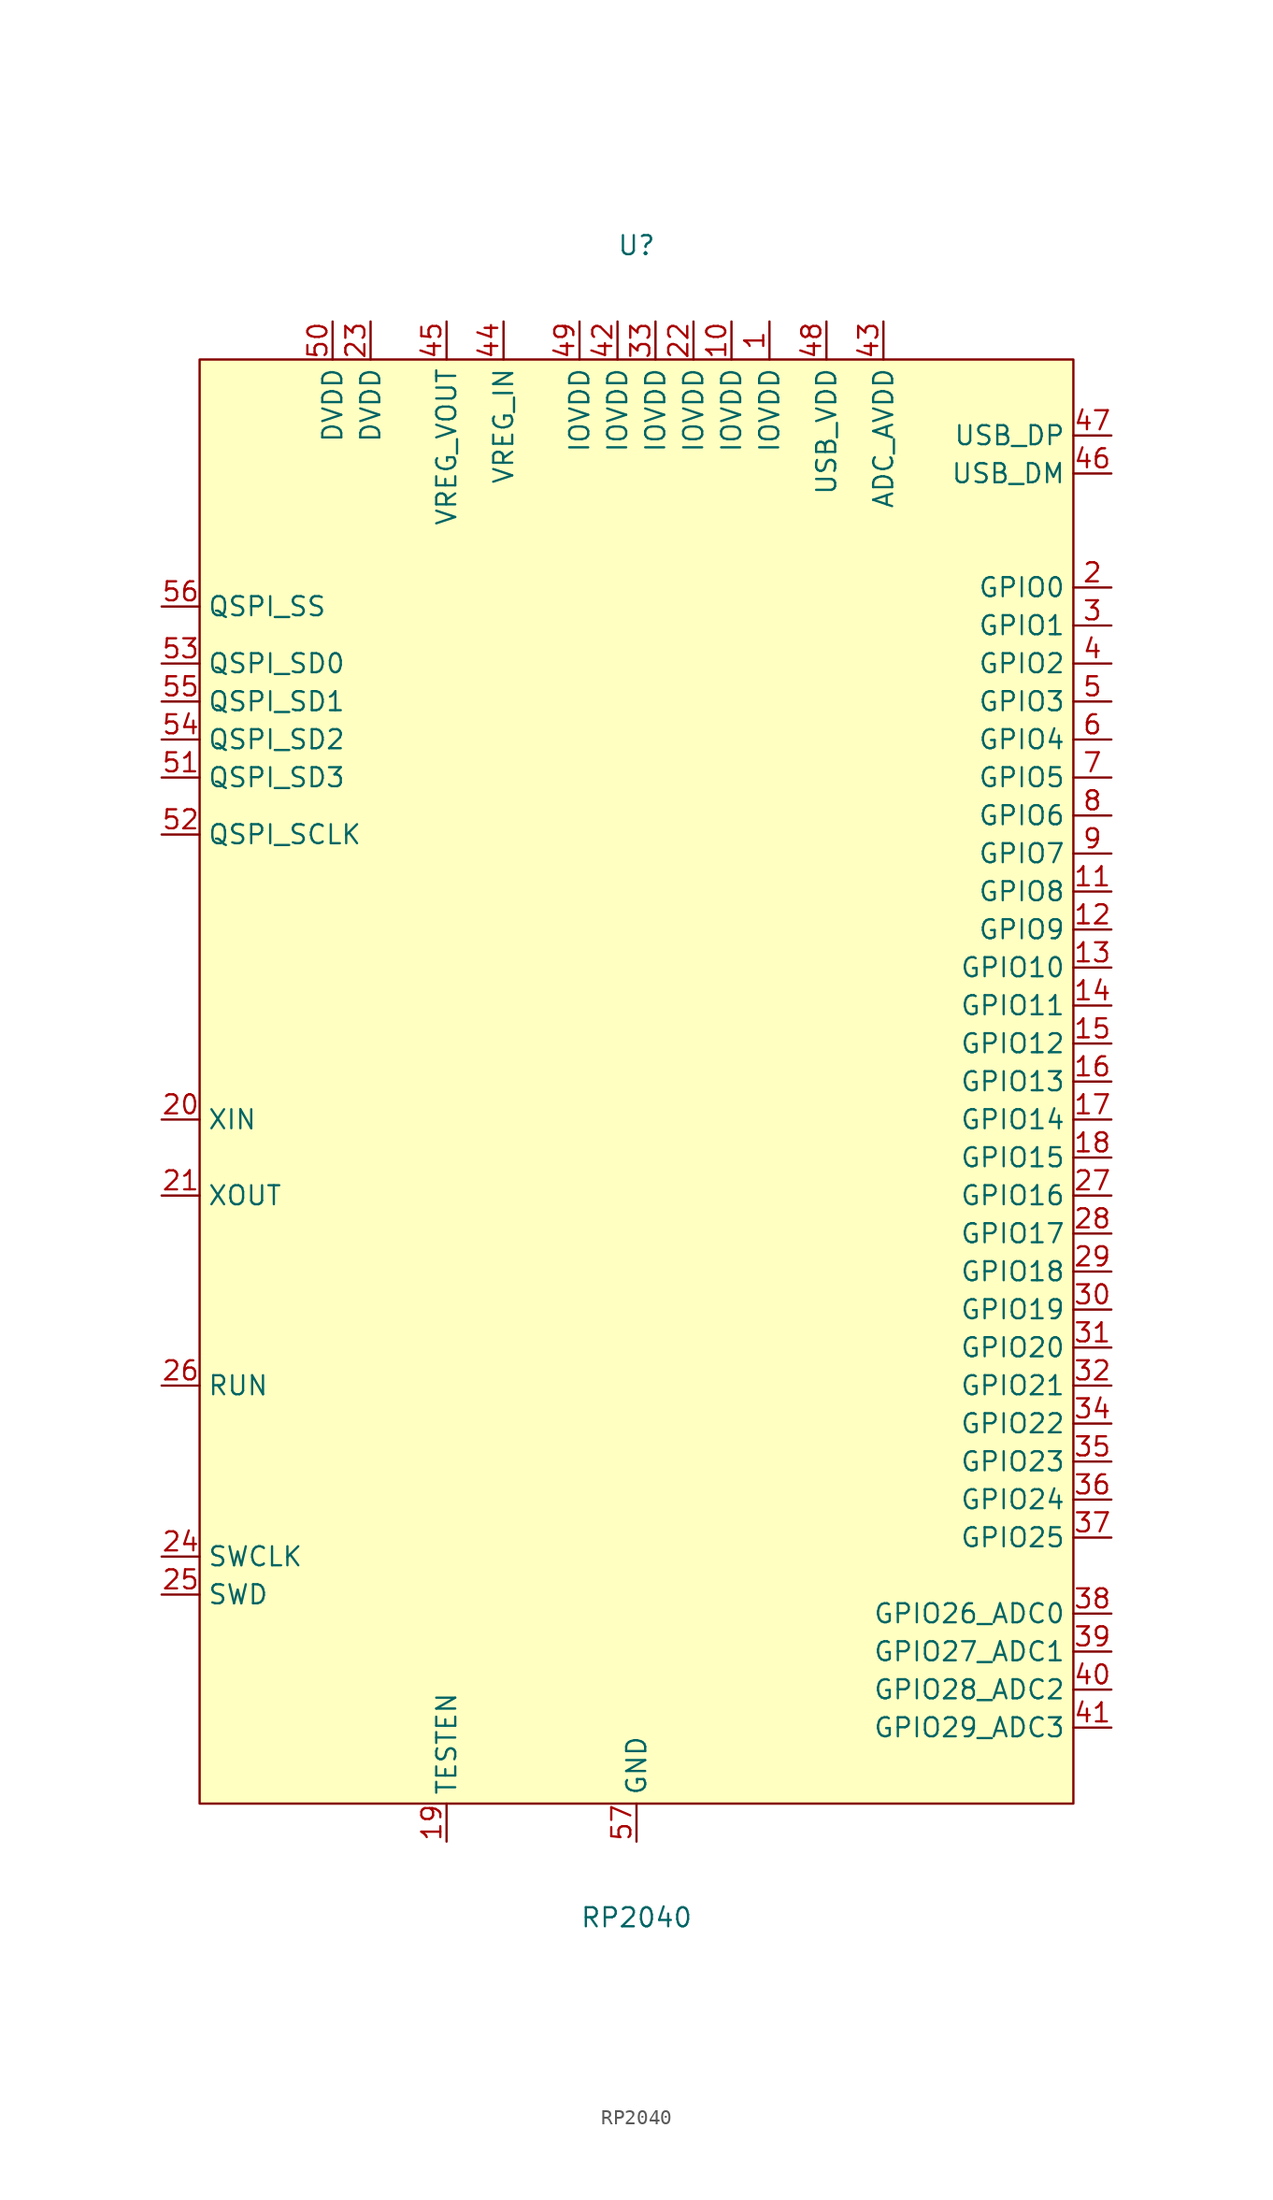
<source format=kicad_sym>
(kicad_symbol_lib
  (version 20220914)
  (generator kicad_symbol_editor)
  (symbol "RP2040"
    (property "Reference" "U"
      (at 0 58.42 0)
      (effects (font (size 1.27 1.27))))
    (property "Value" "RP2040"
      (at 0 -53.34 0)
      (effects (font (size 1.27 1.27))))
    (symbol "RP2040_0_1"
      (rectangle (start -29.21 50.8) (end 29.21 -45.72) (stroke (width 0) (type default)) (fill (type background)))
      (pin bidirectional line (at 31.75 15.24 180) (length 2.54) (name "GPIO8" (effects (font (size 1.27 1.27)))) (number "11" (effects (font (size 1.27 1.27)))))
      (pin bidirectional line (at 31.75 12.7 180) (length 2.54) (name "GPIO9" (effects (font (size 1.27 1.27)))) (number "12" (effects (font (size 1.27 1.27)))))
      (pin bidirectional line (at 31.75 10.16 180) (length 2.54) (name "GPIO10" (effects (font (size 1.27 1.27)))) (number "13" (effects (font (size 1.27 1.27)))))
      (pin bidirectional line (at 31.75 7.62 180) (length 2.54) (name "GPIO11" (effects (font (size 1.27 1.27)))) (number "14" (effects (font (size 1.27 1.27)))))
      (pin bidirectional line (at 31.75 5.08 180) (length 2.54) (name "GPIO12" (effects (font (size 1.27 1.27)))) (number "15" (effects (font (size 1.27 1.27)))))
      (pin bidirectional line (at 31.75 2.54 180) (length 2.54) (name "GPIO13" (effects (font (size 1.27 1.27)))) (number "16" (effects (font (size 1.27 1.27)))))
      (pin bidirectional line (at 31.75 0 180) (length 2.54) (name "GPIO14" (effects (font (size 1.27 1.27)))) (number "17" (effects (font (size 1.27 1.27)))))
      (pin bidirectional line (at 31.75 -2.54 180) (length 2.54) (name "GPIO15" (effects (font (size 1.27 1.27)))) (number "18" (effects (font (size 1.27 1.27)))))
      (pin bidirectional line (at 31.75 35.56 180) (length 2.54) (name "GPIO0" (effects (font (size 1.27 1.27)))) (number "2" (effects (font (size 1.27 1.27)))))
      (pin input line (at -31.75 0 0) (length 2.54) (name "XIN" (effects (font (size 1.27 1.27)))) (number "20" (effects (font (size 1.27 1.27)))))
      (pin unspecified line (at -31.75 -5.08 0) (length 2.54) (name "XOUT" (effects (font (size 1.27 1.27)))) (number "21" (effects (font (size 1.27 1.27)))))
      (pin output line (at -31.75 -29.21 0) (length 2.54) (name "SWCLK" (effects (font (size 1.27 1.27)))) (number "24" (effects (font (size 1.27 1.27)))))
      (pin bidirectional line (at -31.75 -31.75 0) (length 2.54) (name "SWD" (effects (font (size 1.27 1.27)))) (number "25" (effects (font (size 1.27 1.27)))))
      (pin input line (at -31.75 -17.78 0) (length 2.54) (name "RUN" (effects (font (size 1.27 1.27)))) (number "26" (effects (font (size 1.27 1.27)))))
      (pin bidirectional line (at 31.75 -5.08 180) (length 2.54) (name "GPIO16" (effects (font (size 1.27 1.27)))) (number "27" (effects (font (size 1.27 1.27)))))
      (pin bidirectional line (at 31.75 -7.62 180) (length 2.54) (name "GPIO17" (effects (font (size 1.27 1.27)))) (number "28" (effects (font (size 1.27 1.27)))))
      (pin bidirectional line (at 31.75 -10.16 180) (length 2.54) (name "GPIO18" (effects (font (size 1.27 1.27)))) (number "29" (effects (font (size 1.27 1.27)))))
      (pin bidirectional line (at 31.75 33.02 180) (length 2.54) (name "GPIO1" (effects (font (size 1.27 1.27)))) (number "3" (effects (font (size 1.27 1.27)))))
      (pin bidirectional line (at 31.75 -12.7 180) (length 2.54) (name "GPIO19" (effects (font (size 1.27 1.27)))) (number "30" (effects (font (size 1.27 1.27)))))
      (pin bidirectional line (at 31.75 -15.24 180) (length 2.54) (name "GPIO20" (effects (font (size 1.27 1.27)))) (number "31" (effects (font (size 1.27 1.27)))))
      (pin bidirectional line (at 31.75 -17.78 180) (length 2.54) (name "GPIO21" (effects (font (size 1.27 1.27)))) (number "32" (effects (font (size 1.27 1.27)))))
      (pin bidirectional line (at 31.75 -20.32 180) (length 2.54) (name "GPIO22" (effects (font (size 1.27 1.27)))) (number "34" (effects (font (size 1.27 1.27)))))
      (pin bidirectional line (at 31.75 -22.86 180) (length 2.54) (name "GPIO23" (effects (font (size 1.27 1.27)))) (number "35" (effects (font (size 1.27 1.27)))))
      (pin bidirectional line (at 31.75 -25.4 180) (length 2.54) (name "GPIO24" (effects (font (size 1.27 1.27)))) (number "36" (effects (font (size 1.27 1.27)))))
      (pin bidirectional line (at 31.75 -27.94 180) (length 2.54) (name "GPIO25" (effects (font (size 1.27 1.27)))) (number "37" (effects (font (size 1.27 1.27)))))
      (pin bidirectional line (at 31.75 -33.02 180) (length 2.54) (name "GPIO26_ADC0" (effects (font (size 1.27 1.27)))) (number "38" (effects (font (size 1.27 1.27)))))
      (pin bidirectional line (at 31.75 -35.56 180) (length 2.54) (name "GPIO27_ADC1" (effects (font (size 1.27 1.27)))) (number "39" (effects (font (size 1.27 1.27)))))
      (pin bidirectional line (at 31.75 30.48 180) (length 2.54) (name "GPIO2" (effects (font (size 1.27 1.27)))) (number "4" (effects (font (size 1.27 1.27)))))
      (pin bidirectional line (at 31.75 -38.1 180) (length 2.54) (name "GPIO28_ADC2" (effects (font (size 1.27 1.27)))) (number "40" (effects (font (size 1.27 1.27)))))
      (pin bidirectional line (at 31.75 -40.64 180) (length 2.54) (name "GPIO29_ADC3" (effects (font (size 1.27 1.27)))) (number "41" (effects (font (size 1.27 1.27)))))
      (pin bidirectional line (at 31.75 43.18 180) (length 2.54) (name "USB_DM" (effects (font (size 1.27 1.27)))) (number "46" (effects (font (size 1.27 1.27)))))
      (pin bidirectional line (at 31.75 45.72 180) (length 2.54) (name "USB_DP" (effects (font (size 1.27 1.27)))) (number "47" (effects (font (size 1.27 1.27)))))
      (pin bidirectional line (at 31.75 27.94 180) (length 2.54) (name "GPIO3" (effects (font (size 1.27 1.27)))) (number "5" (effects (font (size 1.27 1.27)))))
      (pin bidirectional line (at -31.75 22.86 0) (length 2.54) (name "QSPI_SD3" (effects (font (size 1.27 1.27)))) (number "51" (effects (font (size 1.27 1.27)))))
      (pin output line (at -31.75 19.05 0) (length 2.54) (name "QSPI_SCLK" (effects (font (size 1.27 1.27)))) (number "52" (effects (font (size 1.27 1.27)))))
      (pin bidirectional line (at -31.75 30.48 0) (length 2.54) (name "QSPI_SD0" (effects (font (size 1.27 1.27)))) (number "53" (effects (font (size 1.27 1.27)))))
      (pin bidirectional line (at -31.75 25.4 0) (length 2.54) (name "QSPI_SD2" (effects (font (size 1.27 1.27)))) (number "54" (effects (font (size 1.27 1.27)))))
      (pin bidirectional line (at -31.75 27.94 0) (length 2.54) (name "QSPI_SD1" (effects (font (size 1.27 1.27)))) (number "55" (effects (font (size 1.27 1.27)))))
      (pin bidirectional line (at -31.75 34.29 0) (length 2.54) (name "QSPI_SS" (effects (font (size 1.27 1.27)))) (number "56" (effects (font (size 1.27 1.27)))))
      (pin bidirectional line (at 31.75 25.4 180) (length 2.54) (name "GPIO4" (effects (font (size 1.27 1.27)))) (number "6" (effects (font (size 1.27 1.27)))))
      (pin bidirectional line (at 31.75 22.86 180) (length 2.54) (name "GPIO5" (effects (font (size 1.27 1.27)))) (number "7" (effects (font (size 1.27 1.27)))))
      (pin bidirectional line (at 31.75 20.32 180) (length 2.54) (name "GPIO6" (effects (font (size 1.27 1.27)))) (number "8" (effects (font (size 1.27 1.27)))))
      (pin bidirectional line (at 31.75 17.78 180) (length 2.54) (name "GPIO7" (effects (font (size 1.27 1.27)))) (number "9" (effects (font (size 1.27 1.27))))))
    (symbol "RP2040_1_1"
      (pin power_in line (at 8.89 53.34 270) (length 2.54) (name "IOVDD" (effects (font (size 1.27 1.27)))) (number "1" (effects (font (size 1.27 1.27)))))
      (pin power_in line (at 6.35 53.34 270) (length 2.54) (name "IOVDD" (effects (font (size 1.27 1.27)))) (number "10" (effects (font (size 1.27 1.27)))))
      (pin input line (at -12.7 -48.26 90) (length 2.54) (name "TESTEN" (effects (font (size 1.27 1.27)))) (number "19" (effects (font (size 1.27 1.27)))))
      (pin power_in line (at 3.81 53.34 270) (length 2.54) (name "IOVDD" (effects (font (size 1.27 1.27)))) (number "22" (effects (font (size 1.27 1.27)))))
      (pin power_in line (at -17.78 53.34 270) (length 2.54) (name "DVDD" (effects (font (size 1.27 1.27)))) (number "23" (effects (font (size 1.27 1.27)))))
      (pin power_in line (at 1.27 53.34 270) (length 2.54) (name "IOVDD" (effects (font (size 1.27 1.27)))) (number "33" (effects (font (size 1.27 1.27)))))
      (pin power_in line (at -1.27 53.34 270) (length 2.54) (name "IOVDD" (effects (font (size 1.27 1.27)))) (number "42" (effects (font (size 1.27 1.27)))))
      (pin power_in line (at 16.51 53.34 270) (length 2.54) (name "ADC_AVDD" (effects (font (size 1.27 1.27)))) (number "43" (effects (font (size 1.27 1.27)))))
      (pin power_in line (at -8.89 53.34 270) (length 2.54) (name "VREG_IN" (effects (font (size 1.27 1.27)))) (number "44" (effects (font (size 1.27 1.27)))))
      (pin power_out line (at -12.7 53.34 270) (length 2.54) (name "VREG_VOUT" (effects (font (size 1.27 1.27)))) (number "45" (effects (font (size 1.27 1.27)))))
      (pin power_in line (at 12.7 53.34 270) (length 2.54) (name "USB_VDD" (effects (font (size 1.27 1.27)))) (number "48" (effects (font (size 1.27 1.27)))))
      (pin power_in line (at -3.81 53.34 270) (length 2.54) (name "IOVDD" (effects (font (size 1.27 1.27)))) (number "49" (effects (font (size 1.27 1.27)))))
      (pin power_in line (at -20.32 53.34 270) (length 2.54) (name "DVDD" (effects (font (size 1.27 1.27)))) (number "50" (effects (font (size 1.27 1.27)))))
      (pin power_in line (at 0 -48.26 90) (length 2.54) (name "GND" (effects (font (size 1.27 1.27)))) (number "57" (effects (font (size 1.27 1.27))))))))
</source>
